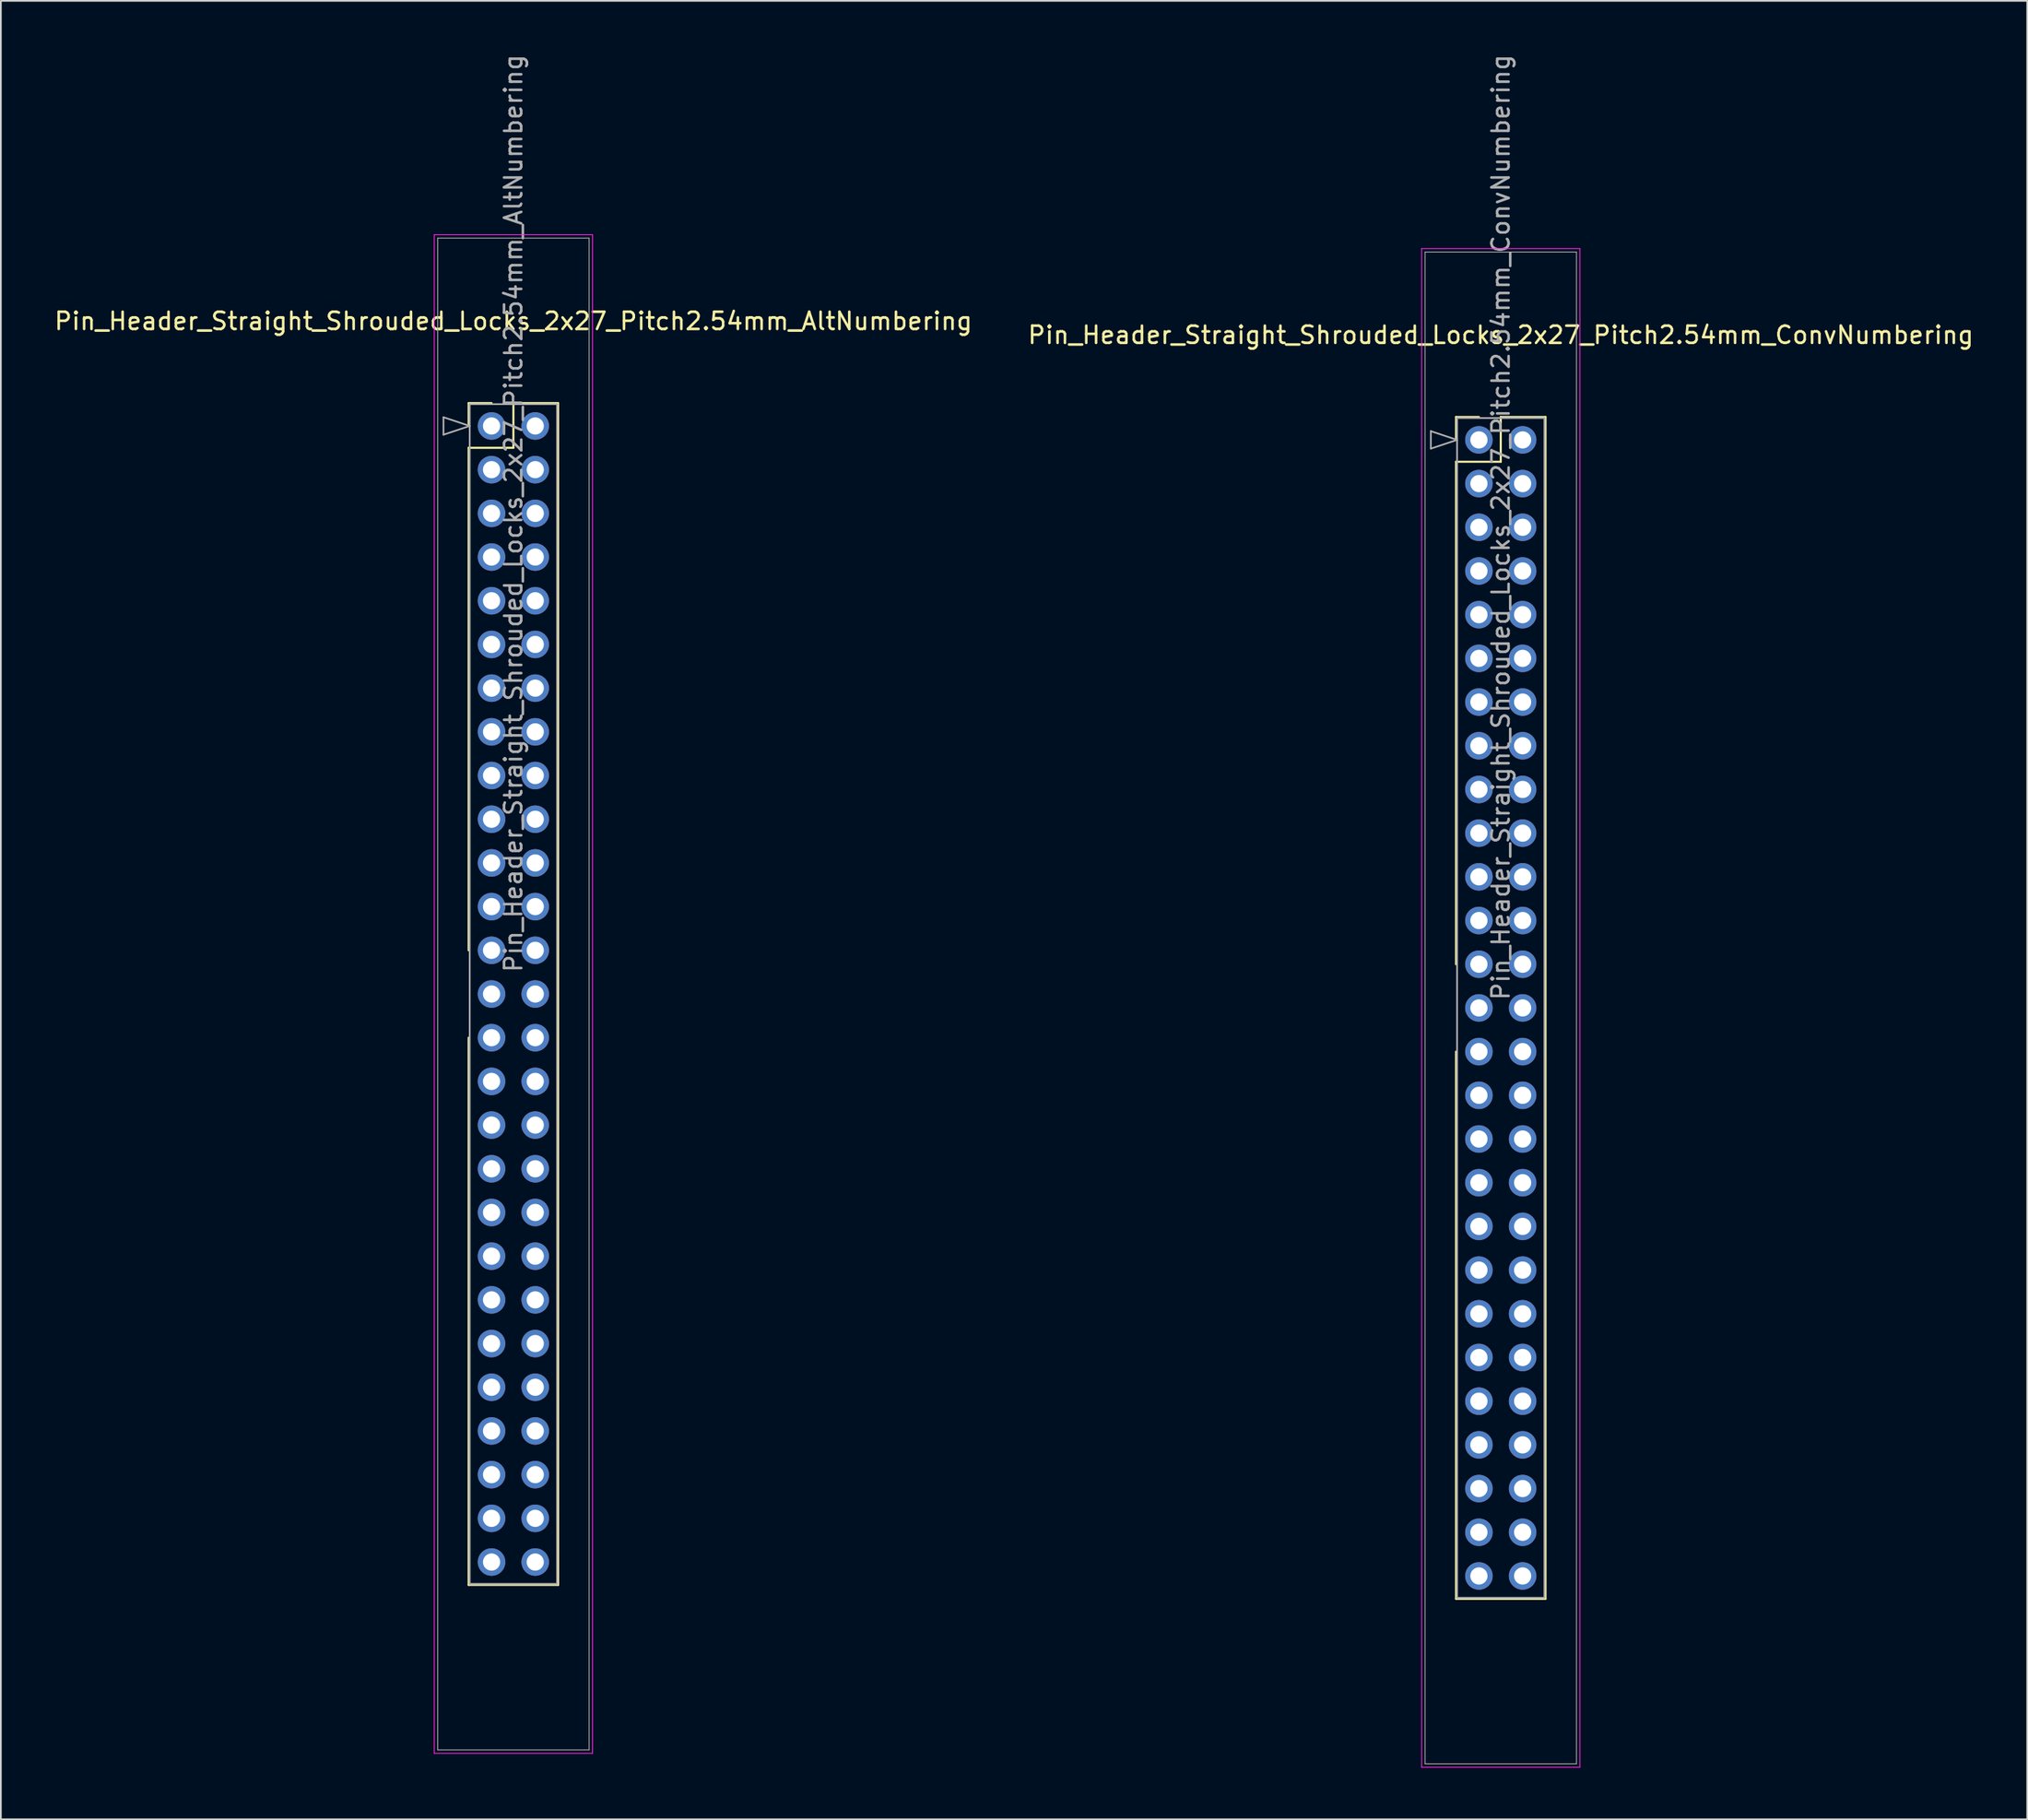
<source format=kicad_pcb>
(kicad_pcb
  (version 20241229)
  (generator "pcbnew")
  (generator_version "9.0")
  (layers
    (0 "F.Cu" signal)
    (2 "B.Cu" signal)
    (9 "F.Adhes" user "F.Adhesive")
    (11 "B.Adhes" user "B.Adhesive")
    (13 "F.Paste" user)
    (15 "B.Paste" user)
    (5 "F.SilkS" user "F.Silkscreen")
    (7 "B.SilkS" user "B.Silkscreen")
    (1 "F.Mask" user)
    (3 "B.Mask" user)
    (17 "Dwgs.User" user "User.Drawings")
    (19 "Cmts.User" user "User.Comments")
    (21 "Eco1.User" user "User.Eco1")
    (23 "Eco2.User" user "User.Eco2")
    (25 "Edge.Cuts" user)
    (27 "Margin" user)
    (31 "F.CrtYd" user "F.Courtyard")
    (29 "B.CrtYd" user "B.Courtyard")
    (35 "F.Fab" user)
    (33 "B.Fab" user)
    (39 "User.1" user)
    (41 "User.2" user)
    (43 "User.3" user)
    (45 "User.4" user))
  (footprint "Pin_Header_Straight_Shrouded_Locks_2x27_Pitch2.54mm_AltNumbering"
    (layer "F.Cu")
    (at 25.522 21.712)
    (property "Reference" "Pin_Header_Straight_Shrouded_Locks_2x27_Pitch2.54mm_AltNumbering" (at 1.27 -6.096 0) (layer "F.SilkS") (effects (font (size 1 1) (thickness 0.15))))
    (attr through_hole)
    (fp_line (start -1.33 -1.33) (end 0 -1.33) (stroke (width 0.12) (type solid)) (layer "F.SilkS"))
    (fp_line (start -1.33 0) (end -1.33 -1.33) (stroke (width 0.12) (type solid)) (layer "F.SilkS"))
    (fp_line (start -1.33 1.27) (end -1.33 30.48) (stroke (width 0.12) (type solid)) (layer "F.SilkS"))
    (fp_line (start -1.33 1.27) (end 1.27 1.27) (stroke (width 0.12) (type solid)) (layer "F.SilkS"))
    (fp_line (start -1.33 35.56) (end -1.33 67.37) (stroke (width 0.12) (type solid)) (layer "F.SilkS"))
    (fp_line (start -1.33 67.37) (end 3.87 67.37) (stroke (width 0.12) (type solid)) (layer "F.SilkS"))
    (fp_line (start 1.27 -1.33) (end 3.87 -1.33) (stroke (width 0.12) (type solid)) (layer "F.SilkS"))
    (fp_line (start 1.27 1.27) (end 1.27 -1.33) (stroke (width 0.12) (type solid)) (layer "F.SilkS"))
    (fp_line (start 3.87 -1.33) (end 3.87 67.37) (stroke (width 0.12) (type solid)) (layer "F.SilkS"))
    (fp_line (start -3.33 -11.12) (end -3.33 77.16) (stroke (width 0.05) (type solid)) (layer "F.CrtYd"))
    (fp_line (start -3.33 77.16) (end 5.87 77.16) (stroke (width 0.05) (type solid)) (layer "F.CrtYd"))
    (fp_line (start 5.87 -11.12) (end -3.33 -11.12) (stroke (width 0.05) (type solid)) (layer "F.CrtYd"))
    (fp_line (start 5.87 77.16) (end 5.87 -11.12) (stroke (width 0.05) (type solid)) (layer "F.CrtYd"))
    (fp_line (start -3.13 -10.92) (end -3.13 76.96) (stroke (width 0.05) (type solid)) (layer "F.Fab"))
    (fp_line (start -3.13 76.96) (end 5.67 76.96) (stroke (width 0.05) (type solid)) (layer "F.Fab"))
    (fp_line (start -2.794 -0.508) (end -1.27 0) (stroke (width 0.1) (type solid)) (layer "F.Fab"))
    (fp_line (start -2.794 0.508) (end -2.794 -0.508) (stroke (width 0.1) (type solid)) (layer "F.Fab"))
    (fp_line (start -1.27 -1.27) (end -1.27 67.31) (stroke (width 0.1) (type solid)) (layer "F.Fab"))
    (fp_line (start -1.27 0) (end -2.794 0.508) (stroke (width 0.1) (type solid)) (layer "F.Fab"))
    (fp_line (start -1.27 67.31) (end 3.81 67.31) (stroke (width 0.1) (type solid)) (layer "F.Fab"))
    (fp_line (start 3.81 -1.27) (end -1.27 -1.27) (stroke (width 0.1) (type solid)) (layer "F.Fab"))
    (fp_line (start 3.81 67.31) (end 3.81 -1.27) (stroke (width 0.1) (type solid)) (layer "F.Fab"))
    (fp_line (start 5.67 -10.92) (end -3.13 -10.92) (stroke (width 0.05) (type solid)) (layer "F.Fab"))
    (fp_line (start 5.67 76.96) (end 5.67 -10.92) (stroke (width 0.05) (type solid)) (layer "F.Fab"))
    (fp_text user "${REFERENCE}" (at 1.27 5.08 90) (layer "F.Fab") (effects (font (size 1 1) (thickness 0.15))))
    (pad "1" thru_hole oval (at 0 0) (size 1.6 1.6) (drill 1) (layers "*.Cu" "*.Mask"))
    (pad "2" thru_hole oval (at 0 2.54) (size 1.6 1.6) (drill 1) (layers "*.Cu" "*.Mask"))
    (pad "3" thru_hole oval (at 0 5.08) (size 1.6 1.6) (drill 1) (layers "*.Cu" "*.Mask"))
    (pad "4" thru_hole oval (at 0 7.62) (size 1.6 1.6) (drill 1) (layers "*.Cu" "*.Mask"))
    (pad "5" thru_hole oval (at 0 10.16) (size 1.6 1.6) (drill 1) (layers "*.Cu" "*.Mask"))
    (pad "6" thru_hole oval (at 0 12.7) (size 1.6 1.6) (drill 1) (layers "*.Cu" "*.Mask"))
    (pad "7" thru_hole oval (at 0 15.24) (size 1.6 1.6) (drill 1) (layers "*.Cu" "*.Mask"))
    (pad "8" thru_hole oval (at 0 17.78) (size 1.6 1.6) (drill 1) (layers "*.Cu" "*.Mask"))
    (pad "9" thru_hole oval (at 0 20.32) (size 1.6 1.6) (drill 1) (layers "*.Cu" "*.Mask"))
    (pad "10" thru_hole oval (at 0 22.86) (size 1.6 1.6) (drill 1) (layers "*.Cu" "*.Mask"))
    (pad "11" thru_hole oval (at 0 25.4) (size 1.6 1.6) (drill 1) (layers "*.Cu" "*.Mask"))
    (pad "12" thru_hole oval (at 0 27.94) (size 1.6 1.6) (drill 1) (layers "*.Cu" "*.Mask"))
    (pad "13" thru_hole oval (at 0 30.48) (size 1.6 1.6) (drill 1) (layers "*.Cu" "*.Mask"))
    (pad "14" thru_hole oval (at 0 33.02) (size 1.6 1.6) (drill 1) (layers "*.Cu" "*.Mask"))
    (pad "15" thru_hole oval (at 0 35.56) (size 1.6 1.6) (drill 1) (layers "*.Cu" "*.Mask"))
    (pad "16" thru_hole oval (at 0 38.1) (size 1.6 1.6) (drill 1) (layers "*.Cu" "*.Mask"))
    (pad "17" thru_hole oval (at 0 40.64) (size 1.6 1.6) (drill 1) (layers "*.Cu" "*.Mask"))
    (pad "18" thru_hole oval (at 0 43.18) (size 1.6 1.6) (drill 1) (layers "*.Cu" "*.Mask"))
    (pad "19" thru_hole oval (at 0 45.72) (size 1.6 1.6) (drill 1) (layers "*.Cu" "*.Mask"))
    (pad "20" thru_hole oval (at 0 48.26) (size 1.6 1.6) (drill 1) (layers "*.Cu" "*.Mask"))
    (pad "21" thru_hole oval (at 0 50.8) (size 1.6 1.6) (drill 1) (layers "*.Cu" "*.Mask"))
    (pad "22" thru_hole oval (at 0 53.34) (size 1.6 1.6) (drill 1) (layers "*.Cu" "*.Mask"))
    (pad "23" thru_hole oval (at 0 55.88) (size 1.6 1.6) (drill 1) (layers "*.Cu" "*.Mask"))
    (pad "24" thru_hole oval (at 0 58.42) (size 1.6 1.6) (drill 1) (layers "*.Cu" "*.Mask"))
    (pad "25" thru_hole oval (at 0 60.96) (size 1.6 1.6) (drill 1) (layers "*.Cu" "*.Mask"))
    (pad "26" thru_hole oval (at 0 63.5) (size 1.6 1.6) (drill 1) (layers "*.Cu" "*.Mask"))
    (pad "27" thru_hole oval (at 0 66.04) (size 1.6 1.6) (drill 1) (layers "*.Cu" "*.Mask"))
    (pad "28" thru_hole oval (at 2.54 0) (size 1.6 1.6) (drill 1) (layers "*.Cu" "*.Mask"))
    (pad "29" thru_hole oval (at 2.54 2.54) (size 1.6 1.6) (drill 1) (layers "*.Cu" "*.Mask"))
    (pad "30" thru_hole oval (at 2.54 5.08) (size 1.6 1.6) (drill 1) (layers "*.Cu" "*.Mask"))
    (pad "31" thru_hole oval (at 2.54 7.62) (size 1.6 1.6) (drill 1) (layers "*.Cu" "*.Mask"))
    (pad "32" thru_hole oval (at 2.54 10.16) (size 1.6 1.6) (drill 1) (layers "*.Cu" "*.Mask"))
    (pad "33" thru_hole oval (at 2.54 12.7) (size 1.6 1.6) (drill 1) (layers "*.Cu" "*.Mask"))
    (pad "34" thru_hole oval (at 2.54 15.24) (size 1.6 1.6) (drill 1) (layers "*.Cu" "*.Mask"))
    (pad "35" thru_hole oval (at 2.54 17.78) (size 1.6 1.6) (drill 1) (layers "*.Cu" "*.Mask"))
    (pad "36" thru_hole oval (at 2.54 20.32) (size 1.6 1.6) (drill 1) (layers "*.Cu" "*.Mask"))
    (pad "37" thru_hole oval (at 2.54 22.86) (size 1.6 1.6) (drill 1) (layers "*.Cu" "*.Mask"))
    (pad "38" thru_hole oval (at 2.54 25.4) (size 1.6 1.6) (drill 1) (layers "*.Cu" "*.Mask"))
    (pad "39" thru_hole oval (at 2.54 27.94) (size 1.6 1.6) (drill 1) (layers "*.Cu" "*.Mask"))
    (pad "40" thru_hole oval (at 2.54 30.48) (size 1.6 1.6) (drill 1) (layers "*.Cu" "*.Mask"))
    (pad "41" thru_hole oval (at 2.54 33.02) (size 1.6 1.6) (drill 1) (layers "*.Cu" "*.Mask"))
    (pad "42" thru_hole oval (at 2.54 35.56) (size 1.6 1.6) (drill 1) (layers "*.Cu" "*.Mask"))
    (pad "43" thru_hole oval (at 2.54 38.1) (size 1.6 1.6) (drill 1) (layers "*.Cu" "*.Mask"))
    (pad "44" thru_hole oval (at 2.54 40.64) (size 1.6 1.6) (drill 1) (layers "*.Cu" "*.Mask"))
    (pad "45" thru_hole oval (at 2.54 43.18) (size 1.6 1.6) (drill 1) (layers "*.Cu" "*.Mask"))
    (pad "46" thru_hole oval (at 2.54 45.72) (size 1.6 1.6) (drill 1) (layers "*.Cu" "*.Mask"))
    (pad "47" thru_hole oval (at 2.54 48.26) (size 1.6 1.6) (drill 1) (layers "*.Cu" "*.Mask"))
    (pad "48" thru_hole oval (at 2.54 50.8) (size 1.6 1.6) (drill 1) (layers "*.Cu" "*.Mask"))
    (pad "49" thru_hole oval (at 2.54 53.34) (size 1.6 1.6) (drill 1) (layers "*.Cu" "*.Mask"))
    (pad "50" thru_hole oval (at 2.54 55.88) (size 1.6 1.6) (drill 1) (layers "*.Cu" "*.Mask"))
    (pad "51" thru_hole oval (at 2.54 58.42) (size 1.6 1.6) (drill 1) (layers "*.Cu" "*.Mask"))
    (pad "52" thru_hole oval (at 2.54 60.96) (size 1.6 1.6) (drill 1) (layers "*.Cu" "*.Mask"))
    (pad "53" thru_hole oval (at 2.54 63.5) (size 1.6 1.6) (drill 1) (layers "*.Cu" "*.Mask"))
    (pad "54" thru_hole oval (at 2.54 66.04) (size 1.6 1.6) (drill 1) (layers "*.Cu" "*.Mask")))
  (footprint "Pin_Header_Straight_Shrouded_Locks_2x27_Pitch2.54mm_ConvNumbering"
    (layer "F.Cu")
    (at 82.915 22.521)
    (property "Reference" "Pin_Header_Straight_Shrouded_Locks_2x27_Pitch2.54mm_ConvNumbering" (at 1.27 -6.096 0) (layer "F.SilkS") (effects (font (size 1 1) (thickness 0.15))))
    (attr through_hole)
    (fp_line (start -1.33 -1.33) (end 0 -1.33) (stroke (width 0.12) (type solid)) (layer "F.SilkS"))
    (fp_line (start -1.33 0) (end -1.33 -1.33) (stroke (width 0.12) (type solid)) (layer "F.SilkS"))
    (fp_line (start -1.33 1.27) (end -1.33 30.48) (stroke (width 0.12) (type solid)) (layer "F.SilkS"))
    (fp_line (start -1.33 1.27) (end 1.27 1.27) (stroke (width 0.12) (type solid)) (layer "F.SilkS"))
    (fp_line (start -1.33 35.56) (end -1.33 67.37) (stroke (width 0.12) (type solid)) (layer "F.SilkS"))
    (fp_line (start -1.33 67.37) (end 3.87 67.37) (stroke (width 0.12) (type solid)) (layer "F.SilkS"))
    (fp_line (start 1.27 -1.33) (end 3.87 -1.33) (stroke (width 0.12) (type solid)) (layer "F.SilkS"))
    (fp_line (start 1.27 1.27) (end 1.27 -1.33) (stroke (width 0.12) (type solid)) (layer "F.SilkS"))
    (fp_line (start 3.87 -1.33) (end 3.87 67.37) (stroke (width 0.12) (type solid)) (layer "F.SilkS"))
    (fp_line (start -3.33 -11.12) (end -3.33 77.16) (stroke (width 0.05) (type solid)) (layer "F.CrtYd"))
    (fp_line (start -3.33 77.16) (end 5.87 77.16) (stroke (width 0.05) (type solid)) (layer "F.CrtYd"))
    (fp_line (start 5.87 -11.12) (end -3.33 -11.12) (stroke (width 0.05) (type solid)) (layer "F.CrtYd"))
    (fp_line (start 5.87 77.16) (end 5.87 -11.12) (stroke (width 0.05) (type solid)) (layer "F.CrtYd"))
    (fp_line (start -3.13 -10.92) (end -3.13 76.96) (stroke (width 0.05) (type solid)) (layer "F.Fab"))
    (fp_line (start -3.13 76.96) (end 5.67 76.96) (stroke (width 0.05) (type solid)) (layer "F.Fab"))
    (fp_line (start -2.794 -0.508) (end -1.27 0) (stroke (width 0.1) (type solid)) (layer "F.Fab"))
    (fp_line (start -2.794 0.508) (end -2.794 -0.508) (stroke (width 0.1) (type solid)) (layer "F.Fab"))
    (fp_line (start -1.27 -1.27) (end -1.27 67.31) (stroke (width 0.1) (type solid)) (layer "F.Fab"))
    (fp_line (start -1.27 0) (end -2.794 0.508) (stroke (width 0.1) (type solid)) (layer "F.Fab"))
    (fp_line (start -1.27 67.31) (end 3.81 67.31) (stroke (width 0.1) (type solid)) (layer "F.Fab"))
    (fp_line (start 3.81 -1.27) (end -1.27 -1.27) (stroke (width 0.1) (type solid)) (layer "F.Fab"))
    (fp_line (start 3.81 67.31) (end 3.81 -1.27) (stroke (width 0.1) (type solid)) (layer "F.Fab"))
    (fp_line (start 5.67 -10.92) (end -3.13 -10.92) (stroke (width 0.05) (type solid)) (layer "F.Fab"))
    (fp_line (start 5.67 76.96) (end 5.67 -10.92) (stroke (width 0.05) (type solid)) (layer "F.Fab"))
    (fp_text user "${REFERENCE}" (at 1.27 5.08 90) (layer "F.Fab") (effects (font (size 1 1) (thickness 0.15))))
    (pad "1" thru_hole oval (at 0 0) (size 1.6 1.6) (drill 1) (layers "*.Cu" "*.Mask"))
    (pad "2" thru_hole oval (at 2.54 0) (size 1.6 1.6) (drill 1) (layers "*.Cu" "*.Mask"))
    (pad "3" thru_hole oval (at 0 2.54) (size 1.6 1.6) (drill 1) (layers "*.Cu" "*.Mask"))
    (pad "4" thru_hole oval (at 2.54 2.54) (size 1.6 1.6) (drill 1) (layers "*.Cu" "*.Mask"))
    (pad "5" thru_hole oval (at 0 5.08) (size 1.6 1.6) (drill 1) (layers "*.Cu" "*.Mask"))
    (pad "6" thru_hole oval (at 2.54 5.08) (size 1.6 1.6) (drill 1) (layers "*.Cu" "*.Mask"))
    (pad "7" thru_hole oval (at 0 7.62) (size 1.6 1.6) (drill 1) (layers "*.Cu" "*.Mask"))
    (pad "8" thru_hole oval (at 2.54 7.62) (size 1.6 1.6) (drill 1) (layers "*.Cu" "*.Mask"))
    (pad "9" thru_hole oval (at 0 10.16) (size 1.6 1.6) (drill 1) (layers "*.Cu" "*.Mask"))
    (pad "10" thru_hole oval (at 2.54 10.16) (size 1.6 1.6) (drill 1) (layers "*.Cu" "*.Mask"))
    (pad "11" thru_hole oval (at 0 12.7) (size 1.6 1.6) (drill 1) (layers "*.Cu" "*.Mask"))
    (pad "12" thru_hole oval (at 2.54 12.7) (size 1.6 1.6) (drill 1) (layers "*.Cu" "*.Mask"))
    (pad "13" thru_hole oval (at 0 15.24) (size 1.6 1.6) (drill 1) (layers "*.Cu" "*.Mask"))
    (pad "14" thru_hole oval (at 2.54 15.24) (size 1.6 1.6) (drill 1) (layers "*.Cu" "*.Mask"))
    (pad "15" thru_hole oval (at 0 17.78) (size 1.6 1.6) (drill 1) (layers "*.Cu" "*.Mask"))
    (pad "16" thru_hole oval (at 2.54 17.78) (size 1.6 1.6) (drill 1) (layers "*.Cu" "*.Mask"))
    (pad "17" thru_hole oval (at 0 20.32) (size 1.6 1.6) (drill 1) (layers "*.Cu" "*.Mask"))
    (pad "18" thru_hole oval (at 2.54 20.32) (size 1.6 1.6) (drill 1) (layers "*.Cu" "*.Mask"))
    (pad "19" thru_hole oval (at 0 22.86) (size 1.6 1.6) (drill 1) (layers "*.Cu" "*.Mask"))
    (pad "20" thru_hole oval (at 2.54 22.86) (size 1.6 1.6) (drill 1) (layers "*.Cu" "*.Mask"))
    (pad "21" thru_hole oval (at 0 25.4) (size 1.6 1.6) (drill 1) (layers "*.Cu" "*.Mask"))
    (pad "22" thru_hole oval (at 2.54 25.4) (size 1.6 1.6) (drill 1) (layers "*.Cu" "*.Mask"))
    (pad "23" thru_hole oval (at 0 27.94) (size 1.6 1.6) (drill 1) (layers "*.Cu" "*.Mask"))
    (pad "24" thru_hole oval (at 2.54 27.94) (size 1.6 1.6) (drill 1) (layers "*.Cu" "*.Mask"))
    (pad "25" thru_hole oval (at 0 30.48) (size 1.6 1.6) (drill 1) (layers "*.Cu" "*.Mask"))
    (pad "26" thru_hole oval (at 2.54 30.48) (size 1.6 1.6) (drill 1) (layers "*.Cu" "*.Mask"))
    (pad "27" thru_hole oval (at 0 33.02) (size 1.6 1.6) (drill 1) (layers "*.Cu" "*.Mask"))
    (pad "28" thru_hole oval (at 2.54 33.02) (size 1.6 1.6) (drill 1) (layers "*.Cu" "*.Mask"))
    (pad "29" thru_hole oval (at 0 35.56) (size 1.6 1.6) (drill 1) (layers "*.Cu" "*.Mask"))
    (pad "30" thru_hole oval (at 2.54 35.56) (size 1.6 1.6) (drill 1) (layers "*.Cu" "*.Mask"))
    (pad "31" thru_hole oval (at 0 38.1) (size 1.6 1.6) (drill 1) (layers "*.Cu" "*.Mask"))
    (pad "32" thru_hole oval (at 2.54 38.1) (size 1.6 1.6) (drill 1) (layers "*.Cu" "*.Mask"))
    (pad "33" thru_hole oval (at 0 40.64) (size 1.6 1.6) (drill 1) (layers "*.Cu" "*.Mask"))
    (pad "34" thru_hole oval (at 2.54 40.64) (size 1.6 1.6) (drill 1) (layers "*.Cu" "*.Mask"))
    (pad "35" thru_hole oval (at 0 43.18) (size 1.6 1.6) (drill 1) (layers "*.Cu" "*.Mask"))
    (pad "36" thru_hole oval (at 2.54 43.18) (size 1.6 1.6) (drill 1) (layers "*.Cu" "*.Mask"))
    (pad "37" thru_hole oval (at 0 45.72) (size 1.6 1.6) (drill 1) (layers "*.Cu" "*.Mask"))
    (pad "38" thru_hole oval (at 2.54 45.72) (size 1.6 1.6) (drill 1) (layers "*.Cu" "*.Mask"))
    (pad "39" thru_hole oval (at 0 48.26) (size 1.6 1.6) (drill 1) (layers "*.Cu" "*.Mask"))
    (pad "40" thru_hole oval (at 2.54 48.26) (size 1.6 1.6) (drill 1) (layers "*.Cu" "*.Mask"))
    (pad "41" thru_hole oval (at 0 50.8) (size 1.6 1.6) (drill 1) (layers "*.Cu" "*.Mask"))
    (pad "42" thru_hole oval (at 2.54 50.8) (size 1.6 1.6) (drill 1) (layers "*.Cu" "*.Mask"))
    (pad "43" thru_hole oval (at 0 53.34) (size 1.6 1.6) (drill 1) (layers "*.Cu" "*.Mask"))
    (pad "44" thru_hole oval (at 2.54 53.34) (size 1.6 1.6) (drill 1) (layers "*.Cu" "*.Mask"))
    (pad "45" thru_hole oval (at 0 55.88) (size 1.6 1.6) (drill 1) (layers "*.Cu" "*.Mask"))
    (pad "46" thru_hole oval (at 2.54 55.88) (size 1.6 1.6) (drill 1) (layers "*.Cu" "*.Mask"))
    (pad "47" thru_hole oval (at 0 58.42) (size 1.6 1.6) (drill 1) (layers "*.Cu" "*.Mask"))
    (pad "48" thru_hole oval (at 2.54 58.42) (size 1.6 1.6) (drill 1) (layers "*.Cu" "*.Mask"))
    (pad "49" thru_hole oval (at 0 60.96) (size 1.6 1.6) (drill 1) (layers "*.Cu" "*.Mask"))
    (pad "50" thru_hole oval (at 2.54 60.96) (size 1.6 1.6) (drill 1) (layers "*.Cu" "*.Mask"))
    (pad "51" thru_hole oval (at 0 63.5) (size 1.6 1.6) (drill 1) (layers "*.Cu" "*.Mask"))
    (pad "52" thru_hole oval (at 2.54 63.5) (size 1.6 1.6) (drill 1) (layers "*.Cu" "*.Mask"))
    (pad "53" thru_hole oval (at 0 66.04) (size 1.6 1.6) (drill 1) (layers "*.Cu" "*.Mask"))
    (pad "54" thru_hole oval (at 2.54 66.04) (size 1.6 1.6) (drill 1) (layers "*.Cu" "*.Mask")))
  (gr_rect
    (start -3 -3)
    (end 114.786 102.706)
    (stroke (width 0.1) (type default))
    (fill no)
    (layer "Edge.Cuts")))
</source>
